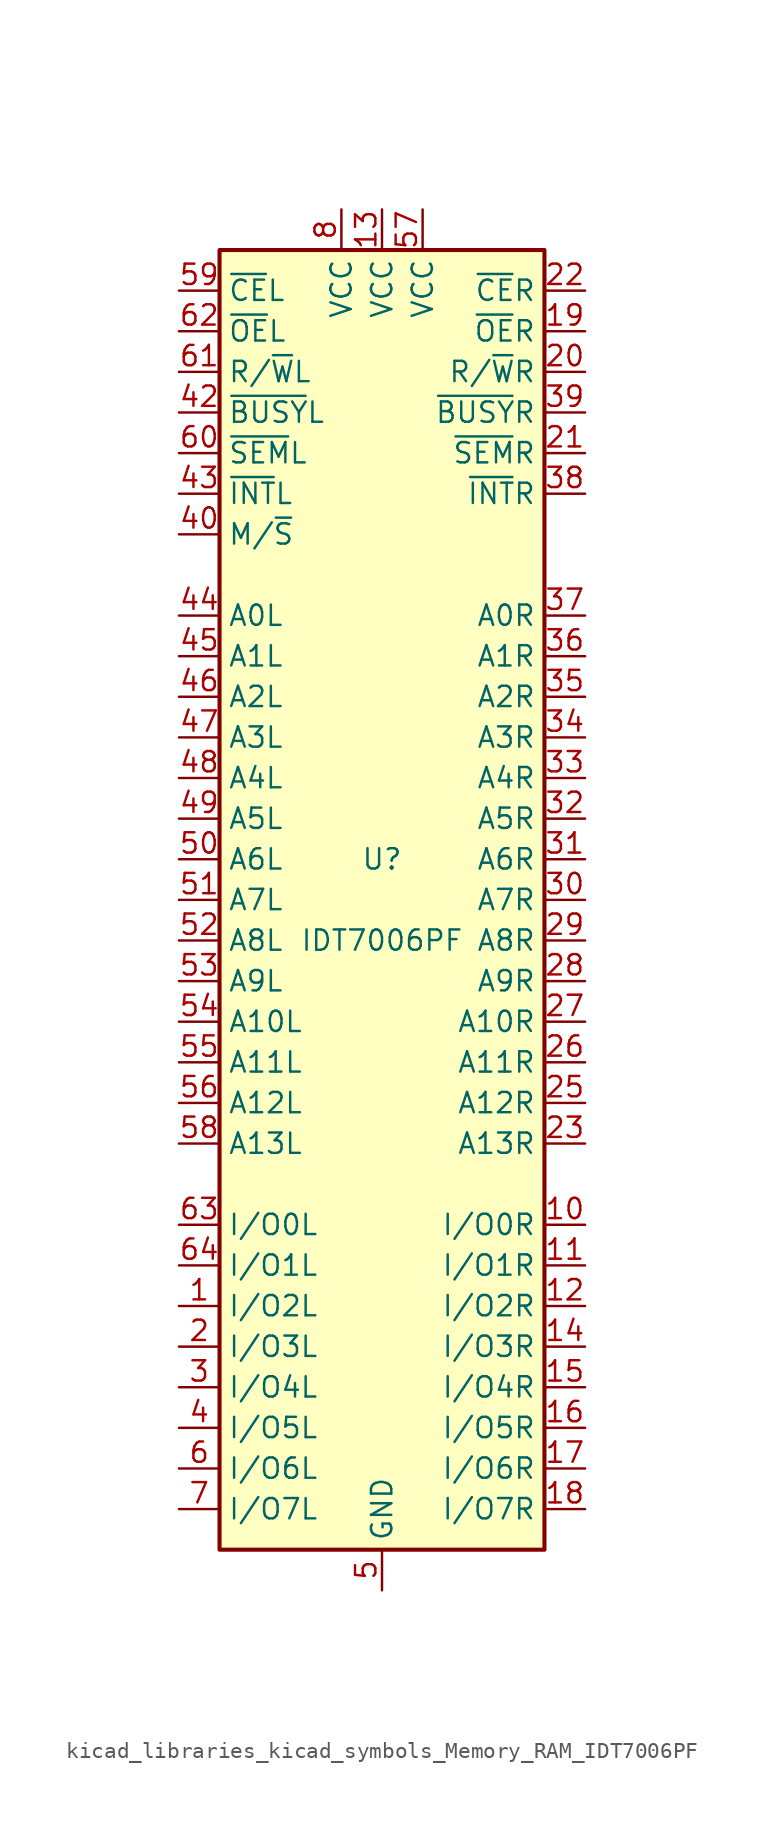
<source format=kicad_sym>
(kicad_symbol_lib
  (version 20220914)
  (generator kicad_symbol_editor)
  (symbol "kicad_libraries_kicad_symbols_Memory_RAM_IDT7006PF"
    (property "Reference" "U"
      (at 0 2.54 0)
      (effects (font (size 1.27 1.27))))
    (property "Value" "IDT7006PF"
      (at 0 -2.54 0)
      (effects (font (size 1.27 1.27))))
    (symbol "kicad_libraries_kicad_symbols_Memory_RAM_IDT7006PF_0_1"
      (rectangle (start -10.16 -40.64) (end 10.16 40.64) (stroke (width 0.254) (type default)) (fill (type background))))
    (symbol "kicad_libraries_kicad_symbols_Memory_RAM_IDT7006PF_1_1"
      (pin bidirectional line (at -12.7 -25.4 0) (length 2.54) (name "I/O2L" (effects (font (size 1.27 1.27)))) (number "1" (effects (font (size 1.27 1.27)))))
      (pin bidirectional line (at 12.7 -20.32 180) (length 2.54) (name "I/O0R" (effects (font (size 1.27 1.27)))) (number "10" (effects (font (size 1.27 1.27)))))
      (pin bidirectional line (at 12.7 -22.86 180) (length 2.54) (name "I/O1R" (effects (font (size 1.27 1.27)))) (number "11" (effects (font (size 1.27 1.27)))))
      (pin bidirectional line (at 12.7 -25.4 180) (length 2.54) (name "I/O2R" (effects (font (size 1.27 1.27)))) (number "12" (effects (font (size 1.27 1.27)))))
      (pin power_in line (at 0 43.18 270) (length 2.54) (name "VCC" (effects (font (size 1.27 1.27)))) (number "13" (effects (font (size 1.27 1.27)))))
      (pin bidirectional line (at 12.7 -27.94 180) (length 2.54) (name "I/O3R" (effects (font (size 1.27 1.27)))) (number "14" (effects (font (size 1.27 1.27)))))
      (pin bidirectional line (at 12.7 -30.48 180) (length 2.54) (name "I/O4R" (effects (font (size 1.27 1.27)))) (number "15" (effects (font (size 1.27 1.27)))))
      (pin bidirectional line (at 12.7 -33.02 180) (length 2.54) (name "I/O5R" (effects (font (size 1.27 1.27)))) (number "16" (effects (font (size 1.27 1.27)))))
      (pin bidirectional line (at 12.7 -35.56 180) (length 2.54) (name "I/O6R" (effects (font (size 1.27 1.27)))) (number "17" (effects (font (size 1.27 1.27)))))
      (pin bidirectional line (at 12.7 -38.1 180) (length 2.54) (name "I/O7R" (effects (font (size 1.27 1.27)))) (number "18" (effects (font (size 1.27 1.27)))))
      (pin input line (at 12.7 35.56 180) (length 2.54) (name "~{OE}R" (effects (font (size 1.27 1.27)))) (number "19" (effects (font (size 1.27 1.27)))))
      (pin bidirectional line (at -12.7 -27.94 0) (length 2.54) (name "I/O3L" (effects (font (size 1.27 1.27)))) (number "2" (effects (font (size 1.27 1.27)))))
      (pin input line (at 12.7 33.02 180) (length 2.54) (name "R/~{W}R" (effects (font (size 1.27 1.27)))) (number "20" (effects (font (size 1.27 1.27)))))
      (pin input line (at 12.7 27.94 180) (length 2.54) (name "~{SEM}R" (effects (font (size 1.27 1.27)))) (number "21" (effects (font (size 1.27 1.27)))))
      (pin input line (at 12.7 38.1 180) (length 2.54) (name "~{CE}R" (effects (font (size 1.27 1.27)))) (number "22" (effects (font (size 1.27 1.27)))))
      (pin input line (at 12.7 -15.24 180) (length 2.54) (name "A13R" (effects (font (size 1.27 1.27)))) (number "23" (effects (font (size 1.27 1.27)))))
      (pin passive line (at 0 -43.18 90) (length 2.54) hide (name "GND" (effects (font (size 1.27 1.27)))) (number "24" (effects (font (size 1.27 1.27)))))
      (pin input line (at 12.7 -12.7 180) (length 2.54) (name "A12R" (effects (font (size 1.27 1.27)))) (number "25" (effects (font (size 1.27 1.27)))))
      (pin input line (at 12.7 -10.16 180) (length 2.54) (name "A11R" (effects (font (size 1.27 1.27)))) (number "26" (effects (font (size 1.27 1.27)))))
      (pin input line (at 12.7 -7.62 180) (length 2.54) (name "A10R" (effects (font (size 1.27 1.27)))) (number "27" (effects (font (size 1.27 1.27)))))
      (pin input line (at 12.7 -5.08 180) (length 2.54) (name "A9R" (effects (font (size 1.27 1.27)))) (number "28" (effects (font (size 1.27 1.27)))))
      (pin input line (at 12.7 -2.54 180) (length 2.54) (name "A8R" (effects (font (size 1.27 1.27)))) (number "29" (effects (font (size 1.27 1.27)))))
      (pin bidirectional line (at -12.7 -30.48 0) (length 2.54) (name "I/O4L" (effects (font (size 1.27 1.27)))) (number "3" (effects (font (size 1.27 1.27)))))
      (pin input line (at 12.7 0 180) (length 2.54) (name "A7R" (effects (font (size 1.27 1.27)))) (number "30" (effects (font (size 1.27 1.27)))))
      (pin input line (at 12.7 2.54 180) (length 2.54) (name "A6R" (effects (font (size 1.27 1.27)))) (number "31" (effects (font (size 1.27 1.27)))))
      (pin input line (at 12.7 5.08 180) (length 2.54) (name "A5R" (effects (font (size 1.27 1.27)))) (number "32" (effects (font (size 1.27 1.27)))))
      (pin input line (at 12.7 7.62 180) (length 2.54) (name "A4R" (effects (font (size 1.27 1.27)))) (number "33" (effects (font (size 1.27 1.27)))))
      (pin input line (at 12.7 10.16 180) (length 2.54) (name "A3R" (effects (font (size 1.27 1.27)))) (number "34" (effects (font (size 1.27 1.27)))))
      (pin input line (at 12.7 12.7 180) (length 2.54) (name "A2R" (effects (font (size 1.27 1.27)))) (number "35" (effects (font (size 1.27 1.27)))))
      (pin input line (at 12.7 15.24 180) (length 2.54) (name "A1R" (effects (font (size 1.27 1.27)))) (number "36" (effects (font (size 1.27 1.27)))))
      (pin input line (at 12.7 17.78 180) (length 2.54) (name "A0R" (effects (font (size 1.27 1.27)))) (number "37" (effects (font (size 1.27 1.27)))))
      (pin output line (at 12.7 25.4 180) (length 2.54) (name "~{INT}R" (effects (font (size 1.27 1.27)))) (number "38" (effects (font (size 1.27 1.27)))))
      (pin output line (at 12.7 30.48 180) (length 2.54) (name "~{BUSY}R" (effects (font (size 1.27 1.27)))) (number "39" (effects (font (size 1.27 1.27)))))
      (pin bidirectional line (at -12.7 -33.02 0) (length 2.54) (name "I/O5L" (effects (font (size 1.27 1.27)))) (number "4" (effects (font (size 1.27 1.27)))))
      (pin input line (at -12.7 22.86 0) (length 2.54) (name "M/~{S}" (effects (font (size 1.27 1.27)))) (number "40" (effects (font (size 1.27 1.27)))))
      (pin passive line (at 0 -43.18 90) (length 2.54) hide (name "GND" (effects (font (size 1.27 1.27)))) (number "41" (effects (font (size 1.27 1.27)))))
      (pin output line (at -12.7 30.48 0) (length 2.54) (name "~{BUSY}L" (effects (font (size 1.27 1.27)))) (number "42" (effects (font (size 1.27 1.27)))))
      (pin output line (at -12.7 25.4 0) (length 2.54) (name "~{INT}L" (effects (font (size 1.27 1.27)))) (number "43" (effects (font (size 1.27 1.27)))))
      (pin input line (at -12.7 17.78 0) (length 2.54) (name "A0L" (effects (font (size 1.27 1.27)))) (number "44" (effects (font (size 1.27 1.27)))))
      (pin input line (at -12.7 15.24 0) (length 2.54) (name "A1L" (effects (font (size 1.27 1.27)))) (number "45" (effects (font (size 1.27 1.27)))))
      (pin input line (at -12.7 12.7 0) (length 2.54) (name "A2L" (effects (font (size 1.27 1.27)))) (number "46" (effects (font (size 1.27 1.27)))))
      (pin input line (at -12.7 10.16 0) (length 2.54) (name "A3L" (effects (font (size 1.27 1.27)))) (number "47" (effects (font (size 1.27 1.27)))))
      (pin input line (at -12.7 7.62 0) (length 2.54) (name "A4L" (effects (font (size 1.27 1.27)))) (number "48" (effects (font (size 1.27 1.27)))))
      (pin input line (at -12.7 5.08 0) (length 2.54) (name "A5L" (effects (font (size 1.27 1.27)))) (number "49" (effects (font (size 1.27 1.27)))))
      (pin power_in line (at 0 -43.18 90) (length 2.54) (name "GND" (effects (font (size 1.27 1.27)))) (number "5" (effects (font (size 1.27 1.27)))))
      (pin input line (at -12.7 2.54 0) (length 2.54) (name "A6L" (effects (font (size 1.27 1.27)))) (number "50" (effects (font (size 1.27 1.27)))))
      (pin input line (at -12.7 0 0) (length 2.54) (name "A7L" (effects (font (size 1.27 1.27)))) (number "51" (effects (font (size 1.27 1.27)))))
      (pin input line (at -12.7 -2.54 0) (length 2.54) (name "A8L" (effects (font (size 1.27 1.27)))) (number "52" (effects (font (size 1.27 1.27)))))
      (pin input line (at -12.7 -5.08 0) (length 2.54) (name "A9L" (effects (font (size 1.27 1.27)))) (number "53" (effects (font (size 1.27 1.27)))))
      (pin input line (at -12.7 -7.62 0) (length 2.54) (name "A10L" (effects (font (size 1.27 1.27)))) (number "54" (effects (font (size 1.27 1.27)))))
      (pin input line (at -12.7 -10.16 0) (length 2.54) (name "A11L" (effects (font (size 1.27 1.27)))) (number "55" (effects (font (size 1.27 1.27)))))
      (pin input line (at -12.7 -12.7 0) (length 2.54) (name "A12L" (effects (font (size 1.27 1.27)))) (number "56" (effects (font (size 1.27 1.27)))))
      (pin power_in line (at 2.54 43.18 270) (length 2.54) (name "VCC" (effects (font (size 1.27 1.27)))) (number "57" (effects (font (size 1.27 1.27)))))
      (pin input line (at -12.7 -15.24 0) (length 2.54) (name "A13L" (effects (font (size 1.27 1.27)))) (number "58" (effects (font (size 1.27 1.27)))))
      (pin input line (at -12.7 38.1 0) (length 2.54) (name "~{CE}L" (effects (font (size 1.27 1.27)))) (number "59" (effects (font (size 1.27 1.27)))))
      (pin bidirectional line (at -12.7 -35.56 0) (length 2.54) (name "I/O6L" (effects (font (size 1.27 1.27)))) (number "6" (effects (font (size 1.27 1.27)))))
      (pin input line (at -12.7 27.94 0) (length 2.54) (name "~{SEM}L" (effects (font (size 1.27 1.27)))) (number "60" (effects (font (size 1.27 1.27)))))
      (pin input line (at -12.7 33.02 0) (length 2.54) (name "R/~{W}L" (effects (font (size 1.27 1.27)))) (number "61" (effects (font (size 1.27 1.27)))))
      (pin input line (at -12.7 35.56 0) (length 2.54) (name "~{OE}L" (effects (font (size 1.27 1.27)))) (number "62" (effects (font (size 1.27 1.27)))))
      (pin bidirectional line (at -12.7 -20.32 0) (length 2.54) (name "I/O0L" (effects (font (size 1.27 1.27)))) (number "63" (effects (font (size 1.27 1.27)))))
      (pin bidirectional line (at -12.7 -22.86 0) (length 2.54) (name "I/O1L" (effects (font (size 1.27 1.27)))) (number "64" (effects (font (size 1.27 1.27)))))
      (pin bidirectional line (at -12.7 -38.1 0) (length 2.54) (name "I/O7L" (effects (font (size 1.27 1.27)))) (number "7" (effects (font (size 1.27 1.27)))))
      (pin power_in line (at -2.54 43.18 270) (length 2.54) (name "VCC" (effects (font (size 1.27 1.27)))) (number "8" (effects (font (size 1.27 1.27)))))
      (pin passive line (at 0 -43.18 90) (length 2.54) hide (name "GND" (effects (font (size 1.27 1.27)))) (number "9" (effects (font (size 1.27 1.27))))))))
</source>
